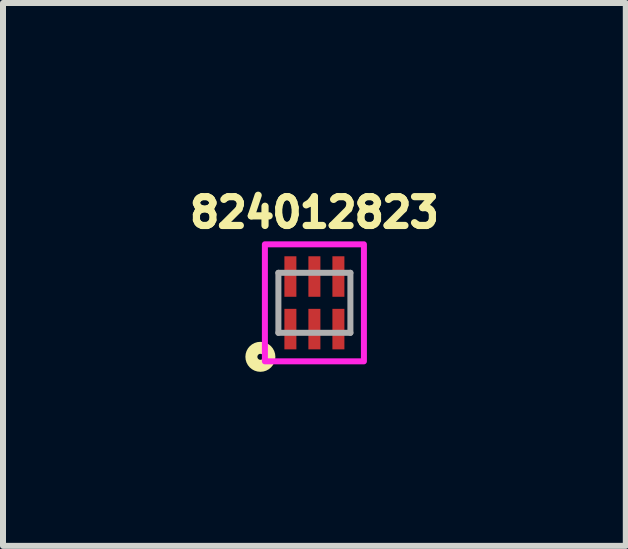
<source format=kicad_pcb>
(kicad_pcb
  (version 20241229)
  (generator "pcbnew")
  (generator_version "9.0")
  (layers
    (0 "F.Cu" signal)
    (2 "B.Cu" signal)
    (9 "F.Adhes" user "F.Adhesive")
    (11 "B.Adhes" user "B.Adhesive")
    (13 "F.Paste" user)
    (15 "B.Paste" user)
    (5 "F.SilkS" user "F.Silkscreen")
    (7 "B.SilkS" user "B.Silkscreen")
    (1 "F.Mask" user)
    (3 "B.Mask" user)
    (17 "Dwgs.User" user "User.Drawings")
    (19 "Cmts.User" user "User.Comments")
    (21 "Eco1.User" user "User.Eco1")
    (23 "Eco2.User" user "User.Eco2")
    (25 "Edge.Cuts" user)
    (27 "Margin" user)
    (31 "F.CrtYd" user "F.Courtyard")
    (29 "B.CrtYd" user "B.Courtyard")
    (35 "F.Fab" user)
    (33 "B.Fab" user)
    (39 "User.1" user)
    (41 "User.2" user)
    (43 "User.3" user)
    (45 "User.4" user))
  (footprint "824012823"
    (layer "F.Cu")
    (at 2.189 1.996)
    (property "Reference" "824012823" (at 0 -1.505 0) (layer "F.SilkS") (effects (font (size 0.48 0.48) (thickness 0.12))))
    (attr smd)
    (fp_circle (center -0.9 0.9) (end -0.85 0.9) (stroke (width 0.2) (type solid)) (fill no) (layer "F.SilkS"))
    (fp_poly (pts (xy -0.825 -0.975) (xy 0.825 -0.975) (xy 0.825 0.975) (xy -0.825 0.975)) (stroke (width 0.1) (type solid)) (fill no) (layer "F.CrtYd"))
    (fp_line (start -0.6 -0.5) (end 0.6 -0.5) (stroke (width 0.1) (type solid)) (layer "F.Fab"))
    (fp_line (start -0.6 0.5) (end -0.6 -0.5) (stroke (width 0.1) (type solid)) (layer "F.Fab"))
    (fp_line (start 0.6 -0.5) (end 0.6 0.5) (stroke (width 0.1) (type solid)) (layer "F.Fab"))
    (fp_line (start 0.6 0.5) (end -0.6 0.5) (stroke (width 0.1) (type solid)) (layer "F.Fab"))
    (pad "1" smd rect (at -0.4 0.438) (size 0.2 0.675) (layers "F.Cu" "F.Mask" "F.Paste"))
    (pad "2" smd rect (at 0 0.438) (size 0.2 0.675) (layers "F.Cu" "F.Mask" "F.Paste"))
    (pad "3" smd rect (at 0.4 0.438) (size 0.2 0.675) (layers "F.Cu" "F.Mask" "F.Paste"))
    (pad "4" smd rect (at 0.4 -0.438) (size 0.2 0.675) (layers "F.Cu" "F.Mask" "F.Paste"))
    (pad "5" smd rect (at 0 -0.438) (size 0.2 0.675) (layers "F.Cu" "F.Mask" "F.Paste"))
    (pad "6" smd rect (at -0.4 -0.438) (size 0.2 0.675) (layers "F.Cu" "F.Mask" "F.Paste")))
  (gr_rect
    (start -3 -3)
    (end 7.378 6.046)
    (stroke (width 0.1) (type default))
    (fill no)
    (layer "Edge.Cuts")))
</source>
